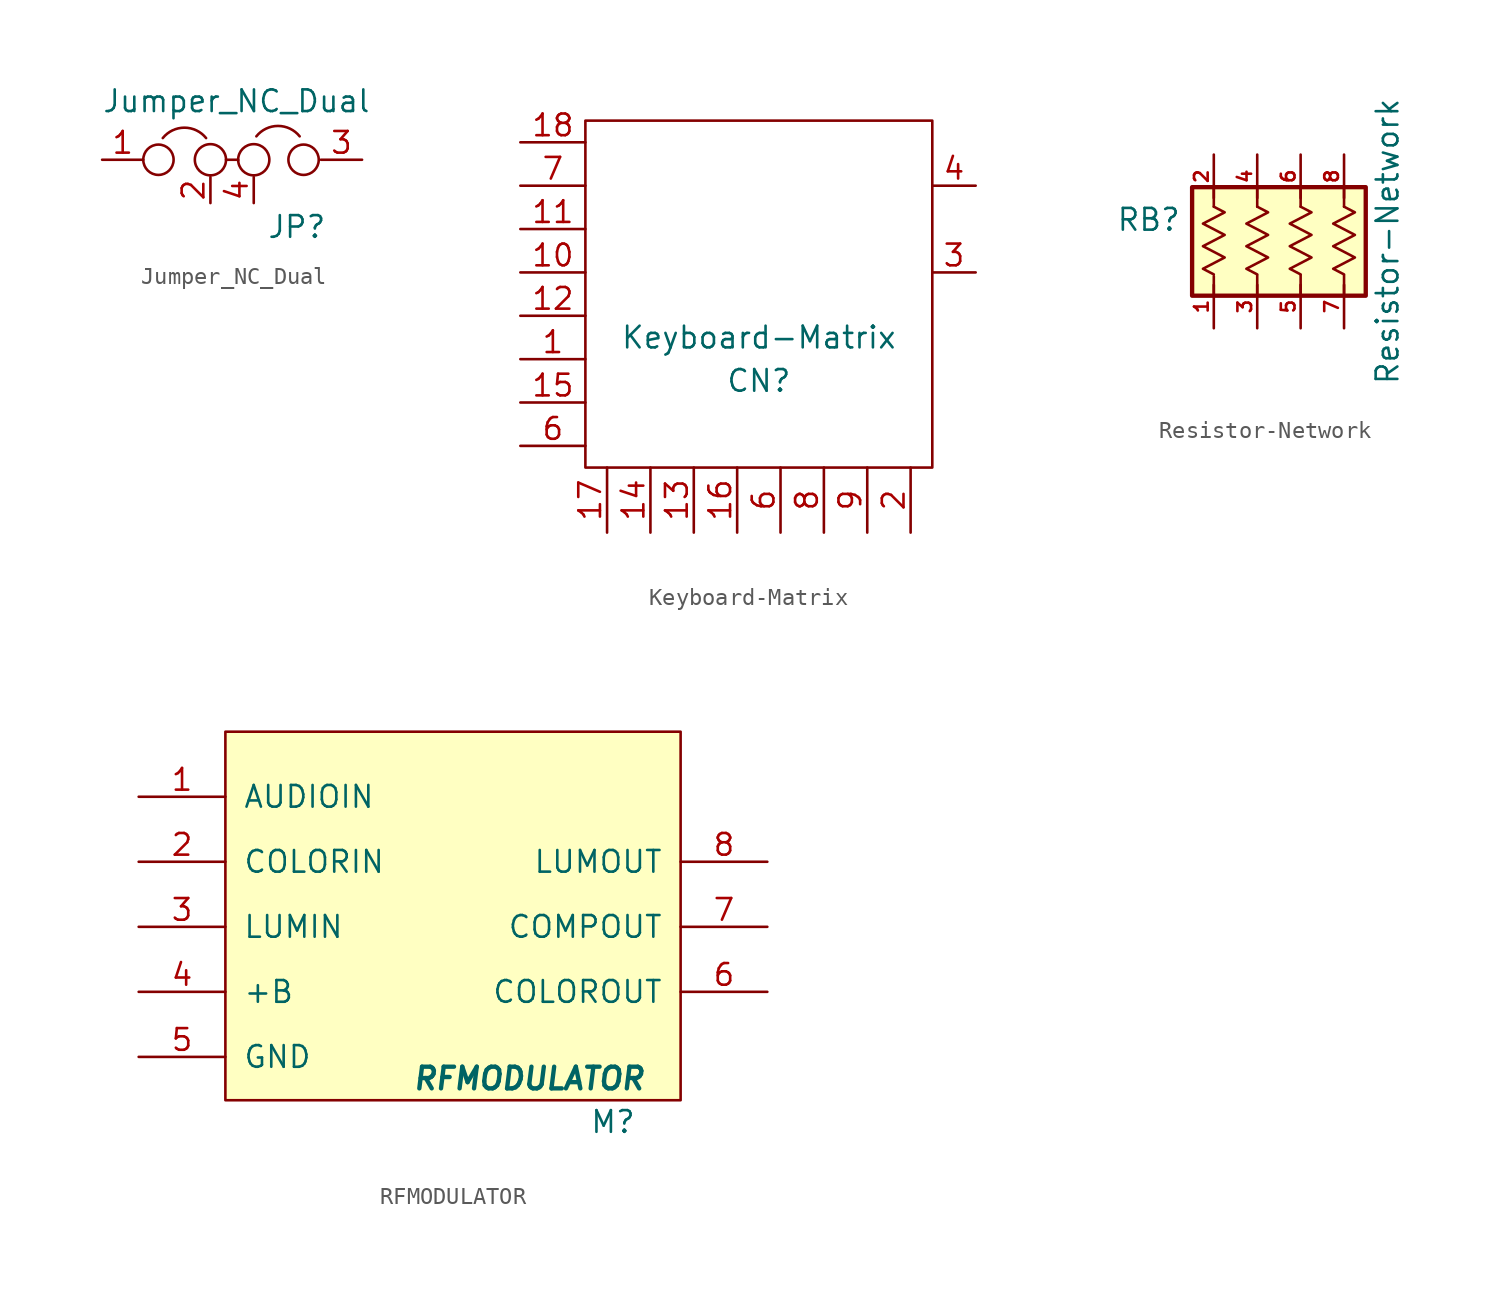
<source format=kicad_sym>
(kicad_symbol_lib
  (version 20231120)
  (generator "kicad_symbol_editor")
  (generator_version "8.0")
  (symbol "Jumper_NC_Dual"
    (pin_names
      (offset 0.762) hide)
    (property "Reference" "JP"
      (at 3.302 -3.937 0)
      (effects (font (size 1.27 1.27)) (justify left)))
    (property "Value" "Jumper_NC_Dual"
      (at 1.524 2.692 0)
      (effects (font (size 1.27 1.27)) (justify bottom)))
    (symbol "Jumper_NC_Dual_0_1"
      (circle (center -3.048 0) (radius 0.889) (stroke (width 0) (type solid)) (fill (type none)))
      (arc (start -0.254 1.27) (mid -1.524 1.8804) (end -2.794 1.27) (stroke (width 0) (type solid)) (fill (type none)))
      (polyline (pts (xy 0.914 0) (xy 1.626 0) (xy 1.626 -0.051)) (stroke (width 0) (type solid)) (fill (type none)))
      (circle (center 0 0) (radius 0.914) (stroke (width 0) (type solid)) (fill (type none)))
      (circle (center 2.54 0) (radius 0.914) (stroke (width 0) (type solid)) (fill (type none)))
      (arc (start 5.2324 1.3716) (mid 3.9624 1.982) (end 2.6924 1.3716) (stroke (width 0) (type solid)) (fill (type none)))
      (circle (center 5.461 0) (radius 0.889) (stroke (width 0) (type solid)) (fill (type none)))
      (pin passive line (at -6.35 0 0) (length 2.413) (name "1" (effects (font (size 1.27 1.27)))) (number "1" (effects (font (size 1.27 1.27)))))
      (pin passive line (at 0 -2.54 90) (length 1.524) (name "2" (effects (font (size 1.27 1.27)))) (number "2" (effects (font (size 1.27 1.27)))))
      (pin passive line (at 8.89 0 180) (length 2.413) (name "3" (effects (font (size 1.27 1.27)))) (number "3" (effects (font (size 1.27 1.27))))))
    (symbol "Jumper_NC_Dual_1_1"
      (pin passive line (at 2.54 -2.54 90) (length 1.524) (name "~" (effects (font (size 1.27 1.27)))) (number "4" (effects (font (size 1.27 1.27)))))))
  (symbol "Keyboard-Matrix"
    (pin_names
      (offset 1.016))
    (property "Reference" "CN"
      (at 1.27 -5.08 0)
      (effects (font (size 1.27 1.27))))
    (property "Value" "Keyboard-Matrix"
      (at 1.27 -2.54 0)
      (effects (font (size 1.27 1.27))))
    (symbol "Keyboard-Matrix_0_0"
      (pin output line (at -12.7 -3.81 0) (length 3.81) (name "~" (effects (font (size 1.27 1.27)))) (number "1" (effects (font (size 1.27 1.27)))))
      (pin output line (at -12.7 1.27 0) (length 3.81) (name "~" (effects (font (size 1.27 1.27)))) (number "10" (effects (font (size 1.27 1.27)))))
      (pin output line (at -12.7 3.81 0) (length 3.81) (name "~" (effects (font (size 1.27 1.27)))) (number "11" (effects (font (size 1.27 1.27)))))
      (pin output line (at -12.7 -1.27 0) (length 3.81) (name "~" (effects (font (size 1.27 1.27)))) (number "12" (effects (font (size 1.27 1.27)))))
      (pin output line (at -2.54 -13.97 90) (length 3.81) (name "~" (effects (font (size 1.27 1.27)))) (number "13" (effects (font (size 1.27 1.27)))))
      (pin output line (at -5.08 -13.97 90) (length 3.81) (name "~" (effects (font (size 1.27 1.27)))) (number "14" (effects (font (size 1.27 1.27)))))
      (pin output line (at -12.7 -6.35 0) (length 3.81) (name "~" (effects (font (size 1.27 1.27)))) (number "15" (effects (font (size 1.27 1.27)))))
      (pin output line (at 0 -13.97 90) (length 3.81) (name "~" (effects (font (size 1.27 1.27)))) (number "16" (effects (font (size 1.27 1.27)))))
      (pin output line (at -7.62 -13.97 90) (length 3.81) (name "~" (effects (font (size 1.27 1.27)))) (number "17" (effects (font (size 1.27 1.27)))))
      (pin output line (at -12.7 8.89 0) (length 3.81) (name "~" (effects (font (size 1.27 1.27)))) (number "18" (effects (font (size 1.27 1.27)))))
      (pin output line (at 10.16 -13.97 90) (length 3.81) (name "~" (effects (font (size 1.27 1.27)))) (number "2" (effects (font (size 1.27 1.27)))))
      (pin output line (at -12.7 -8.89 0) (length 3.81) (name "~" (effects (font (size 1.27 1.27)))) (number "6" (effects (font (size 1.27 1.27)))))
      (pin output line (at 2.54 -13.97 90) (length 3.81) (name "~" (effects (font (size 1.27 1.27)))) (number "6" (effects (font (size 1.27 1.27)))))
      (pin output line (at -12.7 6.35 0) (length 3.81) (name "~" (effects (font (size 1.27 1.27)))) (number "7" (effects (font (size 1.27 1.27)))))
      (pin output line (at 5.08 -13.97 90) (length 3.81) (name "~" (effects (font (size 1.27 1.27)))) (number "8" (effects (font (size 1.27 1.27)))))
      (pin output line (at 7.62 -13.97 90) (length 3.81) (name "~" (effects (font (size 1.27 1.27)))) (number "9" (effects (font (size 1.27 1.27))))))
    (symbol "Keyboard-Matrix_0_1"
      (rectangle (start -8.89 10.16) (end 11.43 -10.16) (stroke (width 0) (type solid)) (fill (type none))))
    (symbol "Keyboard-Matrix_1_1"
      (pin power_in line (at 13.97 1.27 180) (length 2.54) (name "~" (effects (font (size 1.27 1.27)))) (number "3" (effects (font (size 1.27 1.27)))))
      (pin passive line (at 13.97 6.35 180) (length 2.54) (name "~" (effects (font (size 1.27 1.27)))) (number "4" (effects (font (size 1.27 1.27)))))))
  (symbol "Resistor-Network"
    (pin_names
      (offset 0.002) hide)
    (property "Reference" "RB"
      (at -7.62 1.27 0)
      (effects (font (size 1.27 1.27))))
    (property "Value" "Resistor-Network"
      (at 6.35 0 90)
      (effects (font (size 1.27 1.27))))
    (symbol "Resistor-Network_1_1"
      (rectangle (start -5.08 3.175) (end 5.08 -3.175) (stroke (width 0.254) (type solid)) (fill (type background)))
      (polyline (pts (xy -3.81 -2.032) (xy -3.81 -3.175)) (stroke (width 0) (type solid)) (fill (type none)))
      (polyline (pts (xy -3.81 3.175) (xy -3.81 2.032)) (stroke (width 0) (type solid)) (fill (type none)))
      (polyline (pts (xy -1.27 -3.175) (xy -1.27 -1.981)) (stroke (width 0) (type solid)) (fill (type none)))
      (polyline (pts (xy -1.27 3.175) (xy -1.27 2.032)) (stroke (width 0) (type solid)) (fill (type none)))
      (polyline (pts (xy 1.27 -3.175) (xy 1.27 -1.981)) (stroke (width 0) (type solid)) (fill (type none)))
      (polyline (pts (xy 1.27 3.175) (xy 1.27 2.032)) (stroke (width 0) (type solid)) (fill (type none)))
      (polyline (pts (xy 3.81 -3.175) (xy 3.81 -1.981)) (stroke (width 0) (type solid)) (fill (type none)))
      (polyline (pts (xy 3.81 2.032) (xy 3.81 3.175)) (stroke (width 0) (type solid)) (fill (type none)))
      (polyline (pts (xy -3.81 2.032) (xy -3.175 1.702) (xy -4.445 1.041) (xy -3.175 0.381) (xy -4.445 -0.279) (xy -3.175 -0.94) (xy -4.445 -1.6) (xy -3.81 -1.93)) (stroke (width 0) (type solid)) (fill (type none)))
      (polyline (pts (xy -1.27 2.032) (xy -0.635 1.702) (xy -1.905 1.041) (xy -0.635 0.381) (xy -1.905 -0.279) (xy -0.635 -0.94) (xy -1.905 -1.6) (xy -1.27 -1.93)) (stroke (width 0) (type solid)) (fill (type none)))
      (polyline (pts (xy 1.27 2.032) (xy 1.905 1.702) (xy 0.635 1.041) (xy 1.905 0.381) (xy 0.635 -0.279) (xy 1.905 -0.94) (xy 0.635 -1.6) (xy 1.27 -1.93)) (stroke (width 0) (type solid)) (fill (type none)))
      (polyline (pts (xy 3.81 2.032) (xy 4.445 1.702) (xy 3.175 1.041) (xy 4.445 0.381) (xy 3.175 -0.279) (xy 4.445 -0.94) (xy 3.175 -1.6) (xy 3.81 -1.93)) (stroke (width 0) (type solid)) (fill (type none)))
      (pin passive line (at -3.81 -5.08 90) (length 2.54) (name "1" (effects (font (size 1.27 1.27)))) (number "1" (effects (font (size 0.8 0.8)))))
      (pin passive line (at -3.81 5.08 270) (length 2.54) (name "2" (effects (font (size 1.27 1.27)))) (number "2" (effects (font (size 0.8 0.8)))))
      (pin passive line (at -1.27 -5.08 90) (length 2.54) (name "3" (effects (font (size 1.27 1.27)))) (number "3" (effects (font (size 0.8 0.8)))))
      (pin passive line (at -1.27 5.08 270) (length 2.54) (name "4" (effects (font (size 1.27 1.27)))) (number "4" (effects (font (size 0.8 0.8)))))
      (pin passive line (at 1.27 -5.08 90) (length 2.54) (name "5" (effects (font (size 1.27 1.27)))) (number "5" (effects (font (size 0.8 0.8)))))
      (pin passive line (at 1.27 5.08 270) (length 2.54) (name "6" (effects (font (size 1.27 1.27)))) (number "6" (effects (font (size 0.8 0.8)))))
      (pin passive line (at 3.81 -5.08 90) (length 2.54) (name "7" (effects (font (size 1.27 1.27)))) (number "7" (effects (font (size 0.8 0.8)))))
      (pin passive line (at 3.81 5.08 270) (length 2.54) (name "8" (effects (font (size 1.27 1.27)))) (number "8" (effects (font (size 0.8 0.8)))))))
  (symbol "RFMODULATOR"
    (pin_names
      (offset 1.016))
    (property "Reference" "M"
      (at 7.366 -11.43 0)
      (effects (font (size 1.27 1.27)) (justify left)))
    (property "Value" "RFMODULATOR"
      (at 3.81 -8.89 0)
      (effects (font (size 1.27 1.27) (bold yes) (italic yes))))
    (symbol "RFMODULATOR_0_1"
      (rectangle (start -13.97 11.43) (end 12.7 -10.16) (stroke (width 0) (type solid)) (fill (type background))))
    (symbol "RFMODULATOR_1_1"
      (pin input line (at -19.05 7.62 0) (length 5.08) (name "AUDIOIN" (effects (font (size 1.27 1.27)))) (number "1" (effects (font (size 1.27 1.27)))))
      (pin input line (at -19.05 3.81 0) (length 5.08) (name "COLORIN" (effects (font (size 1.27 1.27)))) (number "2" (effects (font (size 1.27 1.27)))))
      (pin input line (at -19.05 0 0) (length 5.08) (name "LUMIN" (effects (font (size 1.27 1.27)))) (number "3" (effects (font (size 1.27 1.27)))))
      (pin input line (at -19.05 -3.81 0) (length 5.08) (name "+B" (effects (font (size 1.27 1.27)))) (number "4" (effects (font (size 1.27 1.27)))))
      (pin passive line (at -19.05 -7.62 0) (length 5.08) (name "GND" (effects (font (size 1.27 1.27)))) (number "5" (effects (font (size 1.27 1.27)))))
      (pin output line (at 17.78 -3.81 180) (length 5.08) (name "COLOROUT" (effects (font (size 1.27 1.27)))) (number "6" (effects (font (size 1.27 1.27)))))
      (pin output line (at 17.78 0 180) (length 5.08) (name "COMPOUT" (effects (font (size 1.27 1.27)))) (number "7" (effects (font (size 1.27 1.27)))))
      (pin output line (at 17.78 3.81 180) (length 5.08) (name "LUMOUT" (effects (font (size 1.27 1.27)))) (number "8" (effects (font (size 1.27 1.27))))))))
</source>
